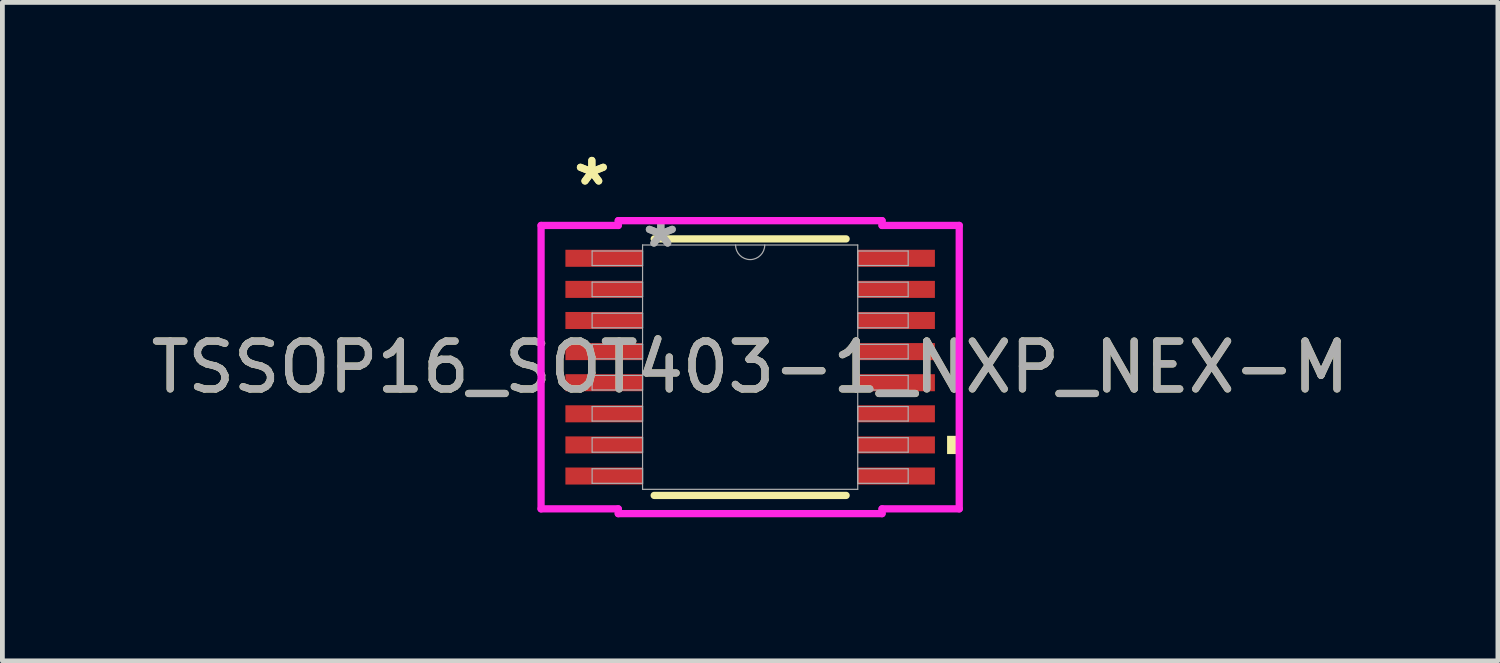
<source format=kicad_pcb>
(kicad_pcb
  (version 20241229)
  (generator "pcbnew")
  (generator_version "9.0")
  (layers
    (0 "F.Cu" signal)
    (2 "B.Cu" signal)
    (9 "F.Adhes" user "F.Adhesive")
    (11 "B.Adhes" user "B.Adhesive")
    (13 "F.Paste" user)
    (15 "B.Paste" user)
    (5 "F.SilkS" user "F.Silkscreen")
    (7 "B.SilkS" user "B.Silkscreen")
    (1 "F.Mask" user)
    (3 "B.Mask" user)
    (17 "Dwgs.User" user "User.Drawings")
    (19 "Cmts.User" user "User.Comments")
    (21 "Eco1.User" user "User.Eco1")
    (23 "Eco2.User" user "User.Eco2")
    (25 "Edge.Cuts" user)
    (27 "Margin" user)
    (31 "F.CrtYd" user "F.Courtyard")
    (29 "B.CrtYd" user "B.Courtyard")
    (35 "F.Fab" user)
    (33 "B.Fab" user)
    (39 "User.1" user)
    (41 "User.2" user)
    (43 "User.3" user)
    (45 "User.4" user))
  (footprint "TSSOP16_SOT403-1_NXP_NEX-M"
    (layer "F.Cu")
    (at 12.625 4.622)
    (property "Reference" "TSSOP16_SOT403-1_NXP_NEX-M" (at 0 0 0) (unlocked yes) (layer "F.SilkS") (effects (font (size 1 1) (thickness 0.15))))
    (attr smd)
    (fp_line (start -2.005 2.68) (end 2.005 2.68) (stroke (width 0.152) (type solid)) (layer "F.SilkS"))
    (fp_line (start 2.005 -2.68) (end -2.005 -2.68) (stroke (width 0.152) (type solid)) (layer "F.SilkS"))
    (fp_poly (pts (xy 4.369 1.435) (xy 4.369 1.816) (xy 4.115 1.816) (xy 4.115 1.435)) (stroke (width 0) (type solid)) (fill yes) (layer "F.SilkS"))
    (fp_line (start -4.369 -2.961) (end -2.756 -2.961) (stroke (width 0.152) (type solid)) (layer "F.CrtYd"))
    (fp_line (start -4.369 2.961) (end -4.369 -2.961) (stroke (width 0.152) (type solid)) (layer "F.CrtYd"))
    (fp_line (start -4.369 2.961) (end -2.756 2.961) (stroke (width 0.152) (type solid)) (layer "F.CrtYd"))
    (fp_line (start -2.756 -3.061) (end 2.756 -3.061) (stroke (width 0.152) (type solid)) (layer "F.CrtYd"))
    (fp_line (start -2.756 -2.961) (end -2.756 -3.061) (stroke (width 0.152) (type solid)) (layer "F.CrtYd"))
    (fp_line (start -2.756 3.061) (end -2.756 2.961) (stroke (width 0.152) (type solid)) (layer "F.CrtYd"))
    (fp_line (start 2.756 -3.061) (end 2.756 -2.961) (stroke (width 0.152) (type solid)) (layer "F.CrtYd"))
    (fp_line (start 2.756 2.961) (end 2.756 3.061) (stroke (width 0.152) (type solid)) (layer "F.CrtYd"))
    (fp_line (start 2.756 3.061) (end -2.756 3.061) (stroke (width 0.152) (type solid)) (layer "F.CrtYd"))
    (fp_line (start 4.369 -2.961) (end 2.756 -2.961) (stroke (width 0.152) (type solid)) (layer "F.CrtYd"))
    (fp_line (start 4.369 -2.961) (end 4.369 2.961) (stroke (width 0.152) (type solid)) (layer "F.CrtYd"))
    (fp_line (start 4.369 2.961) (end 2.756 2.961) (stroke (width 0.152) (type solid)) (layer "F.CrtYd"))
    (fp_line (start -3.302 -2.427) (end -3.302 -2.123) (stroke (width 0.025) (type solid)) (layer "F.Fab"))
    (fp_line (start -3.302 -2.123) (end -2.248 -2.123) (stroke (width 0.025) (type solid)) (layer "F.Fab"))
    (fp_line (start -3.302 -1.777) (end -3.302 -1.473) (stroke (width 0.025) (type solid)) (layer "F.Fab"))
    (fp_line (start -3.302 -1.473) (end -2.248 -1.473) (stroke (width 0.025) (type solid)) (layer "F.Fab"))
    (fp_line (start -3.302 -1.127) (end -3.302 -0.823) (stroke (width 0.025) (type solid)) (layer "F.Fab"))
    (fp_line (start -3.302 -0.823) (end -2.248 -0.823) (stroke (width 0.025) (type solid)) (layer "F.Fab"))
    (fp_line (start -3.302 -0.477) (end -3.302 -0.173) (stroke (width 0.025) (type solid)) (layer "F.Fab"))
    (fp_line (start -3.302 -0.173) (end -2.248 -0.173) (stroke (width 0.025) (type solid)) (layer "F.Fab"))
    (fp_line (start -3.302 0.173) (end -3.302 0.477) (stroke (width 0.025) (type solid)) (layer "F.Fab"))
    (fp_line (start -3.302 0.477) (end -2.248 0.477) (stroke (width 0.025) (type solid)) (layer "F.Fab"))
    (fp_line (start -3.302 0.823) (end -3.302 1.127) (stroke (width 0.025) (type solid)) (layer "F.Fab"))
    (fp_line (start -3.302 1.127) (end -2.248 1.127) (stroke (width 0.025) (type solid)) (layer "F.Fab"))
    (fp_line (start -3.302 1.473) (end -3.302 1.777) (stroke (width 0.025) (type solid)) (layer "F.Fab"))
    (fp_line (start -3.302 1.777) (end -2.248 1.777) (stroke (width 0.025) (type solid)) (layer "F.Fab"))
    (fp_line (start -3.302 2.123) (end -3.302 2.427) (stroke (width 0.025) (type solid)) (layer "F.Fab"))
    (fp_line (start -3.302 2.427) (end -2.248 2.427) (stroke (width 0.025) (type solid)) (layer "F.Fab"))
    (fp_line (start -2.248 -2.553) (end -2.248 2.553) (stroke (width 0.025) (type solid)) (layer "F.Fab"))
    (fp_line (start -2.248 -2.427) (end -3.302 -2.427) (stroke (width 0.025) (type solid)) (layer "F.Fab"))
    (fp_line (start -2.248 -2.123) (end -2.248 -2.427) (stroke (width 0.025) (type solid)) (layer "F.Fab"))
    (fp_line (start -2.248 -1.777) (end -3.302 -1.777) (stroke (width 0.025) (type solid)) (layer "F.Fab"))
    (fp_line (start -2.248 -1.473) (end -2.248 -1.777) (stroke (width 0.025) (type solid)) (layer "F.Fab"))
    (fp_line (start -2.248 -1.127) (end -3.302 -1.127) (stroke (width 0.025) (type solid)) (layer "F.Fab"))
    (fp_line (start -2.248 -0.823) (end -2.248 -1.127) (stroke (width 0.025) (type solid)) (layer "F.Fab"))
    (fp_line (start -2.248 -0.477) (end -3.302 -0.477) (stroke (width 0.025) (type solid)) (layer "F.Fab"))
    (fp_line (start -2.248 -0.173) (end -2.248 -0.477) (stroke (width 0.025) (type solid)) (layer "F.Fab"))
    (fp_line (start -2.248 0.173) (end -3.302 0.173) (stroke (width 0.025) (type solid)) (layer "F.Fab"))
    (fp_line (start -2.248 0.477) (end -2.248 0.173) (stroke (width 0.025) (type solid)) (layer "F.Fab"))
    (fp_line (start -2.248 0.823) (end -3.302 0.823) (stroke (width 0.025) (type solid)) (layer "F.Fab"))
    (fp_line (start -2.248 1.127) (end -2.248 0.823) (stroke (width 0.025) (type solid)) (layer "F.Fab"))
    (fp_line (start -2.248 1.473) (end -3.302 1.473) (stroke (width 0.025) (type solid)) (layer "F.Fab"))
    (fp_line (start -2.248 1.777) (end -2.248 1.473) (stroke (width 0.025) (type solid)) (layer "F.Fab"))
    (fp_line (start -2.248 2.123) (end -3.302 2.123) (stroke (width 0.025) (type solid)) (layer "F.Fab"))
    (fp_line (start -2.248 2.427) (end -2.248 2.123) (stroke (width 0.025) (type solid)) (layer "F.Fab"))
    (fp_line (start -2.248 2.553) (end 2.248 2.553) (stroke (width 0.025) (type solid)) (layer "F.Fab"))
    (fp_line (start 2.248 -2.553) (end -2.248 -2.553) (stroke (width 0.025) (type solid)) (layer "F.Fab"))
    (fp_line (start 2.248 -2.427) (end 2.248 -2.123) (stroke (width 0.025) (type solid)) (layer "F.Fab"))
    (fp_line (start 2.248 -2.123) (end 3.302 -2.123) (stroke (width 0.025) (type solid)) (layer "F.Fab"))
    (fp_line (start 2.248 -1.777) (end 2.248 -1.473) (stroke (width 0.025) (type solid)) (layer "F.Fab"))
    (fp_line (start 2.248 -1.473) (end 3.302 -1.473) (stroke (width 0.025) (type solid)) (layer "F.Fab"))
    (fp_line (start 2.248 -1.127) (end 2.248 -0.823) (stroke (width 0.025) (type solid)) (layer "F.Fab"))
    (fp_line (start 2.248 -0.823) (end 3.302 -0.823) (stroke (width 0.025) (type solid)) (layer "F.Fab"))
    (fp_line (start 2.248 -0.477) (end 2.248 -0.173) (stroke (width 0.025) (type solid)) (layer "F.Fab"))
    (fp_line (start 2.248 -0.173) (end 3.302 -0.173) (stroke (width 0.025) (type solid)) (layer "F.Fab"))
    (fp_line (start 2.248 0.173) (end 2.248 0.477) (stroke (width 0.025) (type solid)) (layer "F.Fab"))
    (fp_line (start 2.248 0.477) (end 3.302 0.477) (stroke (width 0.025) (type solid)) (layer "F.Fab"))
    (fp_line (start 2.248 0.823) (end 2.248 1.127) (stroke (width 0.025) (type solid)) (layer "F.Fab"))
    (fp_line (start 2.248 1.127) (end 3.302 1.127) (stroke (width 0.025) (type solid)) (layer "F.Fab"))
    (fp_line (start 2.248 1.473) (end 2.248 1.777) (stroke (width 0.025) (type solid)) (layer "F.Fab"))
    (fp_line (start 2.248 1.777) (end 3.302 1.777) (stroke (width 0.025) (type solid)) (layer "F.Fab"))
    (fp_line (start 2.248 2.123) (end 2.248 2.427) (stroke (width 0.025) (type solid)) (layer "F.Fab"))
    (fp_line (start 2.248 2.427) (end 3.302 2.427) (stroke (width 0.025) (type solid)) (layer "F.Fab"))
    (fp_line (start 2.248 2.553) (end 2.248 -2.553) (stroke (width 0.025) (type solid)) (layer "F.Fab"))
    (fp_line (start 3.302 -2.427) (end 2.248 -2.427) (stroke (width 0.025) (type solid)) (layer "F.Fab"))
    (fp_line (start 3.302 -2.123) (end 3.302 -2.427) (stroke (width 0.025) (type solid)) (layer "F.Fab"))
    (fp_line (start 3.302 -1.777) (end 2.248 -1.777) (stroke (width 0.025) (type solid)) (layer "F.Fab"))
    (fp_line (start 3.302 -1.473) (end 3.302 -1.777) (stroke (width 0.025) (type solid)) (layer "F.Fab"))
    (fp_line (start 3.302 -1.127) (end 2.248 -1.127) (stroke (width 0.025) (type solid)) (layer "F.Fab"))
    (fp_line (start 3.302 -0.823) (end 3.302 -1.127) (stroke (width 0.025) (type solid)) (layer "F.Fab"))
    (fp_line (start 3.302 -0.477) (end 2.248 -0.477) (stroke (width 0.025) (type solid)) (layer "F.Fab"))
    (fp_line (start 3.302 -0.173) (end 3.302 -0.477) (stroke (width 0.025) (type solid)) (layer "F.Fab"))
    (fp_line (start 3.302 0.173) (end 2.248 0.173) (stroke (width 0.025) (type solid)) (layer "F.Fab"))
    (fp_line (start 3.302 0.477) (end 3.302 0.173) (stroke (width 0.025) (type solid)) (layer "F.Fab"))
    (fp_line (start 3.302 0.823) (end 2.248 0.823) (stroke (width 0.025) (type solid)) (layer "F.Fab"))
    (fp_line (start 3.302 1.127) (end 3.302 0.823) (stroke (width 0.025) (type solid)) (layer "F.Fab"))
    (fp_line (start 3.302 1.473) (end 2.248 1.473) (stroke (width 0.025) (type solid)) (layer "F.Fab"))
    (fp_line (start 3.302 1.777) (end 3.302 1.473) (stroke (width 0.025) (type solid)) (layer "F.Fab"))
    (fp_line (start 3.302 2.123) (end 2.248 2.123) (stroke (width 0.025) (type solid)) (layer "F.Fab"))
    (fp_line (start 3.302 2.427) (end 3.302 2.123) (stroke (width 0.025) (type solid)) (layer "F.Fab"))
    (fp_arc (start 0.3048 -2.5527) (mid 0 -2.2479) (end -0.3048 -2.5527) (stroke (width 0.0254) (type solid)) (layer "F.Fab"))
    (fp_text user "*" (at -3.308 -3.774 0) (layer "F.SilkS") (effects (font (size 1 1) (thickness 0.15))))
    (fp_text user "*" (at -3.308 -3.774 0) (unlocked yes) (layer "F.SilkS") (effects (font (size 1 1) (thickness 0.15))))
    (fp_text user "*" (at -1.867 -2.477 0) (unlocked yes) (layer "F.Fab") (effects (font (size 1 1) (thickness 0.15))))
    (fp_text user "*" (at -1.867 -2.477 0) (layer "F.Fab") (effects (font (size 1 1) (thickness 0.15))))
    (fp_text user "${REFERENCE}" (at 0 0 0) (unlocked yes) (layer "F.Fab") (effects (font (size 1 1) (thickness 0.15))))
    (pad "1" smd rect (at -3.054 -2.275) (size 1.613 0.356) (layers "F.Cu" "F.Mask" "F.Paste"))
    (pad "2" smd rect (at -3.054 -1.625) (size 1.613 0.356) (layers "F.Cu" "F.Mask" "F.Paste"))
    (pad "3" smd rect (at -3.054 -0.975) (size 1.613 0.356) (layers "F.Cu" "F.Mask" "F.Paste"))
    (pad "4" smd rect (at -3.054 -0.325) (size 1.613 0.356) (layers "F.Cu" "F.Mask" "F.Paste"))
    (pad "5" smd rect (at -3.054 0.325) (size 1.613 0.356) (layers "F.Cu" "F.Mask" "F.Paste"))
    (pad "6" smd rect (at -3.054 0.975) (size 1.613 0.356) (layers "F.Cu" "F.Mask" "F.Paste"))
    (pad "7" smd rect (at -3.054 1.625) (size 1.613 0.356) (layers "F.Cu" "F.Mask" "F.Paste"))
    (pad "8" smd rect (at -3.054 2.275) (size 1.613 0.356) (layers "F.Cu" "F.Mask" "F.Paste"))
    (pad "9" smd rect (at 3.054 2.275) (size 1.613 0.356) (layers "F.Cu" "F.Mask" "F.Paste"))
    (pad "10" smd rect (at 3.054 1.625) (size 1.613 0.356) (layers "F.Cu" "F.Mask" "F.Paste"))
    (pad "11" smd rect (at 3.054 0.975) (size 1.613 0.356) (layers "F.Cu" "F.Mask" "F.Paste"))
    (pad "12" smd rect (at 3.054 0.325) (size 1.613 0.356) (layers "F.Cu" "F.Mask" "F.Paste"))
    (pad "13" smd rect (at 3.054 -0.325) (size 1.613 0.356) (layers "F.Cu" "F.Mask" "F.Paste"))
    (pad "14" smd rect (at 3.054 -0.975) (size 1.613 0.356) (layers "F.Cu" "F.Mask" "F.Paste"))
    (pad "15" smd rect (at 3.054 -1.625) (size 1.613 0.356) (layers "F.Cu" "F.Mask" "F.Paste"))
    (pad "16" smd rect (at 3.054 -2.275) (size 1.613 0.356) (layers "F.Cu" "F.Mask" "F.Paste")))
  (gr_rect
    (start -3 -3)
    (end 28.25 10.759)
    (stroke (width 0.1) (type default))
    (fill no)
    (layer "Edge.Cuts")))
</source>
